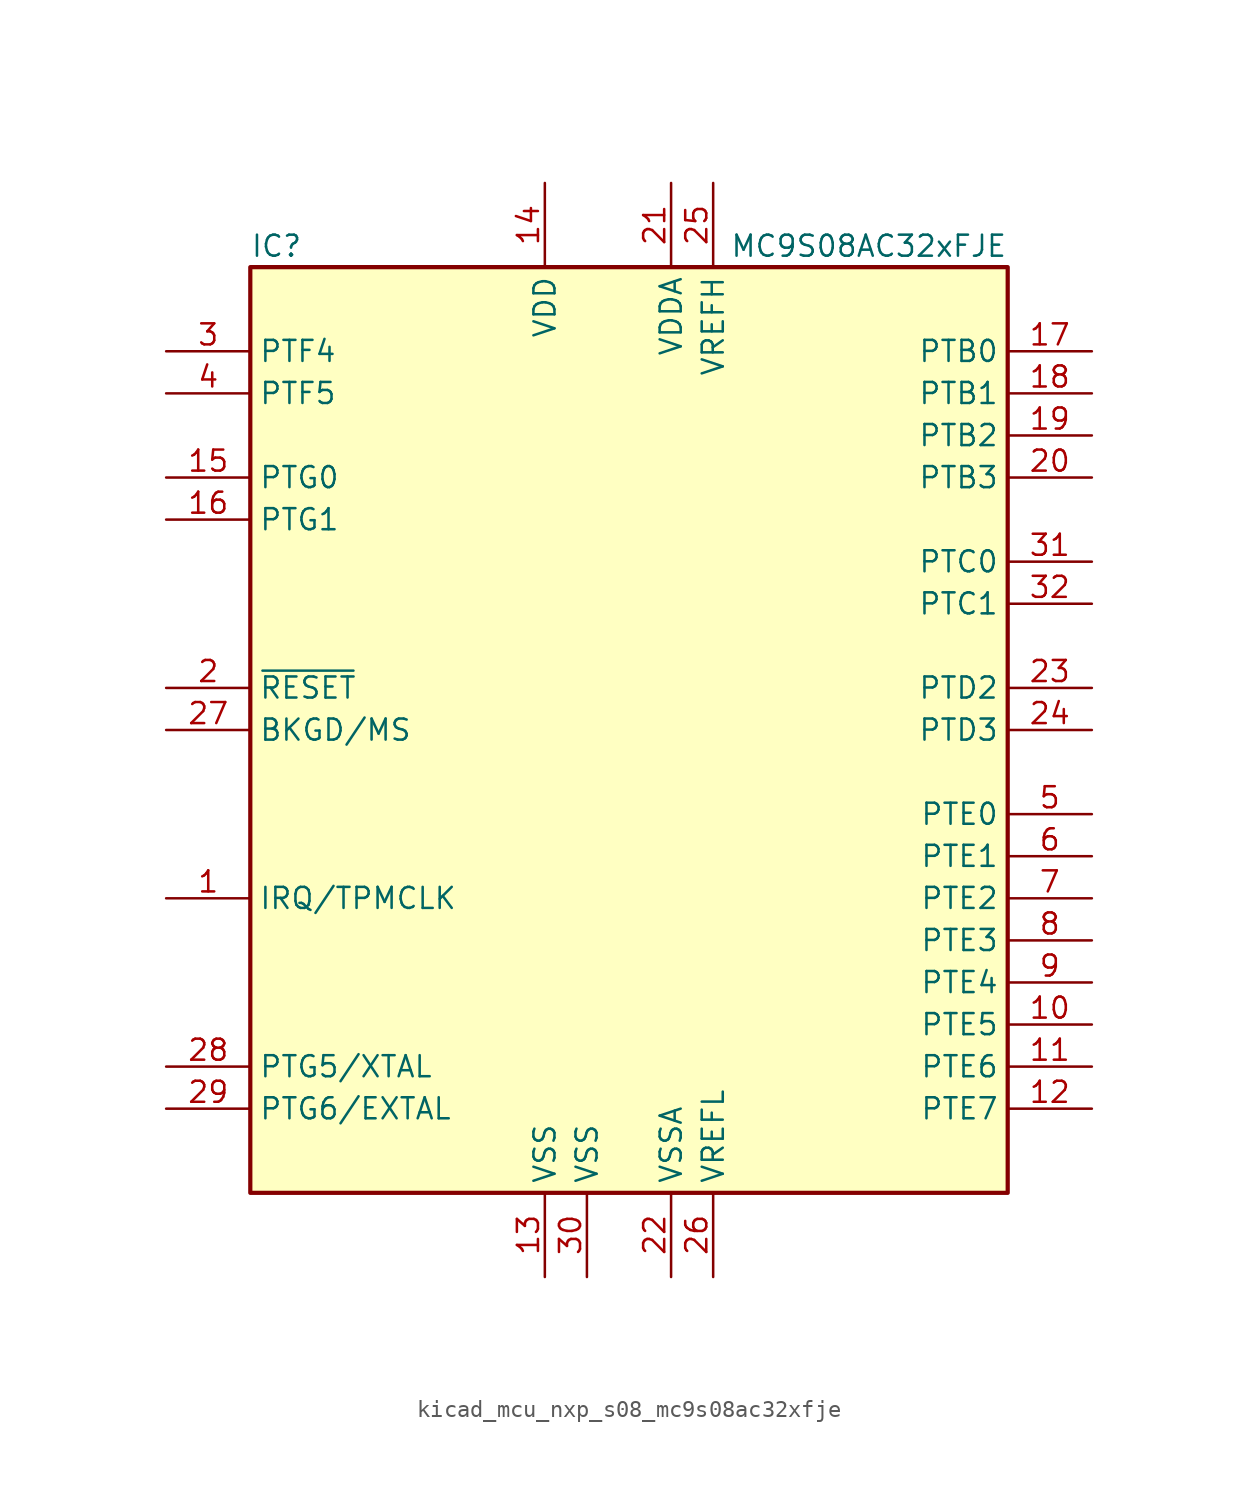
<source format=kicad_sym>
(kicad_symbol_lib
  (version 20220914)
  (generator kicad_symbol_editor)
  (symbol "kicad_mcu_nxp_s08_mc9s08ac32xfje"
    (property "Reference" "IC"
      (at -22.86 29.21 0)
      (effects (font (size 1.27 1.27)) (justify left)))
    (property "Value" "MC9S08AC32xFJE"
      (at 22.86 29.21 0)
      (effects (font (size 1.27 1.27)) (justify right)))
    (symbol "kicad_mcu_nxp_s08_mc9s08ac32xfje_0_1"
      (rectangle (start -22.86 27.94) (end 22.86 -27.94) (stroke (width 0.254) (type default)) (fill (type background))))
    (symbol "kicad_mcu_nxp_s08_mc9s08ac32xfje_1_1"
      (pin input line (at -27.94 -10.16 0) (length 5.08) (name "IRQ/TPMCLK" (effects (font (size 1.27 1.27)))) (number "1" (effects (font (size 1.27 1.27)))))
      (pin bidirectional line (at 27.94 -17.78 180) (length 5.08) (name "PTE5" (effects (font (size 1.27 1.27)))) (number "10" (effects (font (size 1.27 1.27)))))
      (pin bidirectional line (at 27.94 -20.32 180) (length 5.08) (name "PTE6" (effects (font (size 1.27 1.27)))) (number "11" (effects (font (size 1.27 1.27)))))
      (pin bidirectional line (at 27.94 -22.86 180) (length 5.08) (name "PTE7" (effects (font (size 1.27 1.27)))) (number "12" (effects (font (size 1.27 1.27)))))
      (pin power_in line (at -5.08 -33.02 90) (length 5.08) (name "VSS" (effects (font (size 1.27 1.27)))) (number "13" (effects (font (size 1.27 1.27)))))
      (pin power_in line (at -5.08 33.02 270) (length 5.08) (name "VDD" (effects (font (size 1.27 1.27)))) (number "14" (effects (font (size 1.27 1.27)))))
      (pin bidirectional line (at -27.94 15.24 0) (length 5.08) (name "PTG0" (effects (font (size 1.27 1.27)))) (number "15" (effects (font (size 1.27 1.27)))))
      (pin bidirectional line (at -27.94 12.7 0) (length 5.08) (name "PTG1" (effects (font (size 1.27 1.27)))) (number "16" (effects (font (size 1.27 1.27)))))
      (pin bidirectional line (at 27.94 22.86 180) (length 5.08) (name "PTB0" (effects (font (size 1.27 1.27)))) (number "17" (effects (font (size 1.27 1.27)))))
      (pin bidirectional line (at 27.94 20.32 180) (length 5.08) (name "PTB1" (effects (font (size 1.27 1.27)))) (number "18" (effects (font (size 1.27 1.27)))))
      (pin bidirectional line (at 27.94 17.78 180) (length 5.08) (name "PTB2" (effects (font (size 1.27 1.27)))) (number "19" (effects (font (size 1.27 1.27)))))
      (pin input line (at -27.94 2.54 0) (length 5.08) (name "~{RESET}" (effects (font (size 1.27 1.27)))) (number "2" (effects (font (size 1.27 1.27)))))
      (pin bidirectional line (at 27.94 15.24 180) (length 5.08) (name "PTB3" (effects (font (size 1.27 1.27)))) (number "20" (effects (font (size 1.27 1.27)))))
      (pin power_in line (at 2.54 33.02 270) (length 5.08) (name "VDDA" (effects (font (size 1.27 1.27)))) (number "21" (effects (font (size 1.27 1.27)))))
      (pin power_in line (at 2.54 -33.02 90) (length 5.08) (name "VSSA" (effects (font (size 1.27 1.27)))) (number "22" (effects (font (size 1.27 1.27)))))
      (pin bidirectional line (at 27.94 2.54 180) (length 5.08) (name "PTD2" (effects (font (size 1.27 1.27)))) (number "23" (effects (font (size 1.27 1.27)))))
      (pin bidirectional line (at 27.94 0 180) (length 5.08) (name "PTD3" (effects (font (size 1.27 1.27)))) (number "24" (effects (font (size 1.27 1.27)))))
      (pin power_in line (at 5.08 33.02 270) (length 5.08) (name "VREFH" (effects (font (size 1.27 1.27)))) (number "25" (effects (font (size 1.27 1.27)))))
      (pin power_in line (at 5.08 -33.02 90) (length 5.08) (name "VREFL" (effects (font (size 1.27 1.27)))) (number "26" (effects (font (size 1.27 1.27)))))
      (pin bidirectional line (at -27.94 0 0) (length 5.08) (name "BKGD/MS" (effects (font (size 1.27 1.27)))) (number "27" (effects (font (size 1.27 1.27)))))
      (pin bidirectional line (at -27.94 -20.32 0) (length 5.08) (name "PTG5/XTAL" (effects (font (size 1.27 1.27)))) (number "28" (effects (font (size 1.27 1.27)))))
      (pin bidirectional line (at -27.94 -22.86 0) (length 5.08) (name "PTG6/EXTAL" (effects (font (size 1.27 1.27)))) (number "29" (effects (font (size 1.27 1.27)))))
      (pin bidirectional line (at -27.94 22.86 0) (length 5.08) (name "PTF4" (effects (font (size 1.27 1.27)))) (number "3" (effects (font (size 1.27 1.27)))))
      (pin power_in line (at -2.54 -33.02 90) (length 5.08) (name "VSS" (effects (font (size 1.27 1.27)))) (number "30" (effects (font (size 1.27 1.27)))))
      (pin bidirectional line (at 27.94 10.16 180) (length 5.08) (name "PTC0" (effects (font (size 1.27 1.27)))) (number "31" (effects (font (size 1.27 1.27)))))
      (pin bidirectional line (at 27.94 7.62 180) (length 5.08) (name "PTC1" (effects (font (size 1.27 1.27)))) (number "32" (effects (font (size 1.27 1.27)))))
      (pin bidirectional line (at -27.94 20.32 0) (length 5.08) (name "PTF5" (effects (font (size 1.27 1.27)))) (number "4" (effects (font (size 1.27 1.27)))))
      (pin bidirectional line (at 27.94 -5.08 180) (length 5.08) (name "PTE0" (effects (font (size 1.27 1.27)))) (number "5" (effects (font (size 1.27 1.27)))))
      (pin bidirectional line (at 27.94 -7.62 180) (length 5.08) (name "PTE1" (effects (font (size 1.27 1.27)))) (number "6" (effects (font (size 1.27 1.27)))))
      (pin bidirectional line (at 27.94 -10.16 180) (length 5.08) (name "PTE2" (effects (font (size 1.27 1.27)))) (number "7" (effects (font (size 1.27 1.27)))))
      (pin bidirectional line (at 27.94 -12.7 180) (length 5.08) (name "PTE3" (effects (font (size 1.27 1.27)))) (number "8" (effects (font (size 1.27 1.27)))))
      (pin bidirectional line (at 27.94 -15.24 180) (length 5.08) (name "PTE4" (effects (font (size 1.27 1.27)))) (number "9" (effects (font (size 1.27 1.27))))))))
</source>
